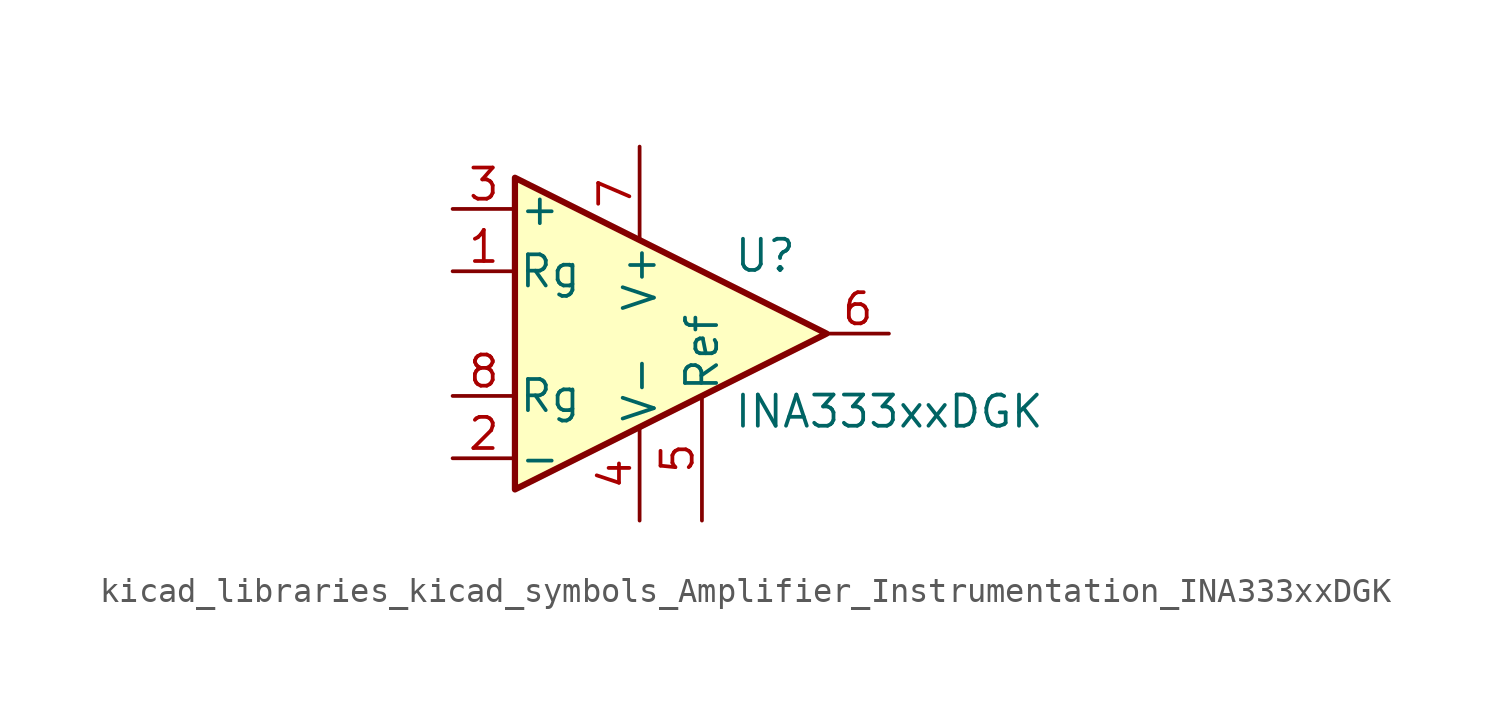
<source format=kicad_sym>
(kicad_symbol_lib
  (version 20220914)
  (generator kicad_symbol_editor)
  (symbol "kicad_libraries_kicad_symbols_Amplifier_Instrumentation_INA333xxDGK"
    (pin_names
      (offset 0.127))
    (property "Reference" "U"
      (at 3.81 3.175 0)
      (effects (font (size 1.27 1.27)) (justify left)))
    (property "Value" "INA333xxDGK"
      (at 3.81 -3.175 0)
      (effects (font (size 1.27 1.27)) (justify left)))
    (symbol "kicad_libraries_kicad_symbols_Amplifier_Instrumentation_INA333xxDGK_0_1"
      (polyline (pts (xy 7.62 0) (xy -5.08 6.35) (xy -5.08 -6.35) (xy 7.62 0)) (stroke (width 0.254) (type default)) (fill (type background))))
    (symbol "kicad_libraries_kicad_symbols_Amplifier_Instrumentation_INA333xxDGK_1_1"
      (pin passive line (at -7.62 2.54 0) (length 2.54) (name "Rg" (effects (font (size 1.27 1.27)))) (number "1" (effects (font (size 1.27 1.27)))))
      (pin input line (at -7.62 -5.08 0) (length 2.54) (name "-" (effects (font (size 1.27 1.27)))) (number "2" (effects (font (size 1.27 1.27)))))
      (pin input line (at -7.62 5.08 0) (length 2.54) (name "+" (effects (font (size 1.27 1.27)))) (number "3" (effects (font (size 1.27 1.27)))))
      (pin power_in line (at 0 -7.62 90) (length 3.81) (name "V-" (effects (font (size 1.27 1.27)))) (number "4" (effects (font (size 1.27 1.27)))))
      (pin input line (at 2.54 -7.62 90) (length 5.08) (name "Ref" (effects (font (size 1.27 1.27)))) (number "5" (effects (font (size 1.27 1.27)))))
      (pin output line (at 10.16 0 180) (length 2.54) (name "~" (effects (font (size 1.27 1.27)))) (number "6" (effects (font (size 1.27 1.27)))))
      (pin power_in line (at 0 7.62 270) (length 3.81) (name "V+" (effects (font (size 1.27 1.27)))) (number "7" (effects (font (size 1.27 1.27)))))
      (pin passive line (at -7.62 -2.54 0) (length 2.54) (name "Rg" (effects (font (size 1.27 1.27)))) (number "8" (effects (font (size 1.27 1.27))))))))
</source>
